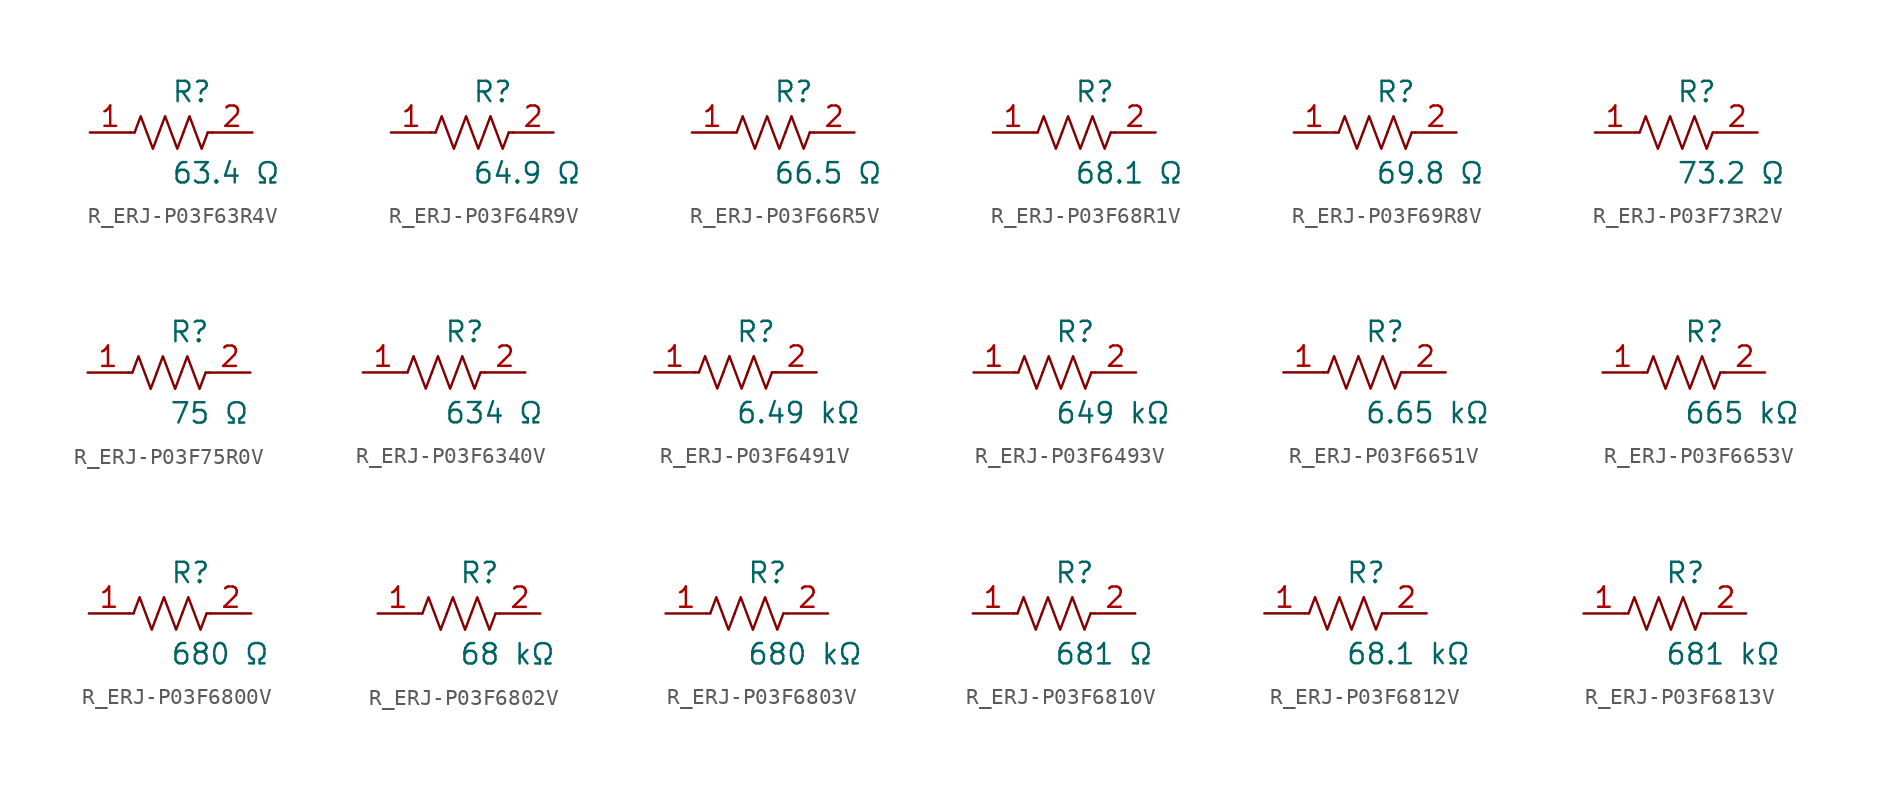
<source format=kicad_sym>
(kicad_symbol_lib
  (version 20231120)
  (generator kicad_symbol_editor)
  (generator_version 8.0)
  (symbol "R_ERJ-P03F63R4V"
    (pin_names
      (offset 0.254))
    (property "Reference" "R"
      (at 0.0 2.54 0)
      (effects (font (size 1.27 1.27)) (justify left)))
    (property "Value" "63.4 Ω"
      (at 0.0 -2.54 0)
      (effects (font (size 1.27 1.27)) (justify left)))
    (symbol "R_ERJ-P03F63R4V_0_1"
      (polyline (pts (xy 2.286 0) (xy 2.54 0)) (stroke (width 0) (type default)) (fill (type none)))
      (polyline (pts (xy -2.286 0) (xy -2.54 0)) (stroke (width 0) (type default)) (fill (type none)))
      (polyline (pts (xy 0.762 0) (xy 1.143 1.016) (xy 1.524 0) (xy 1.905 -1.016) (xy 2.286 0)) (stroke (width 0) (type default)) (fill (type none)))
      (polyline (pts (xy -0.762 0) (xy -0.381 1.016) (xy 0 0) (xy 0.381 -1.016) (xy 0.762 0)) (stroke (width 0) (type default)) (fill (type none)))
      (polyline (pts (xy -2.286 0) (xy -1.905 1.016) (xy -1.524 0) (xy -1.143 -1.016) (xy -0.762 0)) (stroke (width 0) (type default)) (fill (type none))))
    (pin unspecified line
      (at -5.08 0 0)
      (length 2.54)
      (name "" (effects (font (size 1.27 1.27))))
      (number "1" (effects (font (size 1.27 1.27)))))
    (pin unspecified line
      (at 5.08 0 180)
      (length 2.54)
      (name "" (effects (font (size 1.27 1.27))))
      (number "2" (effects (font (size 1.27 1.27))))))
  (symbol "R_ERJ-P03F64R9V"
    (pin_names
      (offset 0.254))
    (property "Reference" "R"
      (at 0.0 2.54 0)
      (effects (font (size 1.27 1.27)) (justify left)))
    (property "Value" "64.9 Ω"
      (at 0.0 -2.54 0)
      (effects (font (size 1.27 1.27)) (justify left)))
    (symbol "R_ERJ-P03F64R9V_0_1"
      (polyline (pts (xy 2.286 0) (xy 2.54 0)) (stroke (width 0) (type default)) (fill (type none)))
      (polyline (pts (xy -2.286 0) (xy -2.54 0)) (stroke (width 0) (type default)) (fill (type none)))
      (polyline (pts (xy 0.762 0) (xy 1.143 1.016) (xy 1.524 0) (xy 1.905 -1.016) (xy 2.286 0)) (stroke (width 0) (type default)) (fill (type none)))
      (polyline (pts (xy -0.762 0) (xy -0.381 1.016) (xy 0 0) (xy 0.381 -1.016) (xy 0.762 0)) (stroke (width 0) (type default)) (fill (type none)))
      (polyline (pts (xy -2.286 0) (xy -1.905 1.016) (xy -1.524 0) (xy -1.143 -1.016) (xy -0.762 0)) (stroke (width 0) (type default)) (fill (type none))))
    (pin unspecified line
      (at -5.08 0 0)
      (length 2.54)
      (name "" (effects (font (size 1.27 1.27))))
      (number "1" (effects (font (size 1.27 1.27)))))
    (pin unspecified line
      (at 5.08 0 180)
      (length 2.54)
      (name "" (effects (font (size 1.27 1.27))))
      (number "2" (effects (font (size 1.27 1.27))))))
  (symbol "R_ERJ-P03F66R5V"
    (pin_names
      (offset 0.254))
    (property "Reference" "R"
      (at 0.0 2.54 0)
      (effects (font (size 1.27 1.27)) (justify left)))
    (property "Value" "66.5 Ω"
      (at 0.0 -2.54 0)
      (effects (font (size 1.27 1.27)) (justify left)))
    (symbol "R_ERJ-P03F66R5V_0_1"
      (polyline (pts (xy 2.286 0) (xy 2.54 0)) (stroke (width 0) (type default)) (fill (type none)))
      (polyline (pts (xy -2.286 0) (xy -2.54 0)) (stroke (width 0) (type default)) (fill (type none)))
      (polyline (pts (xy 0.762 0) (xy 1.143 1.016) (xy 1.524 0) (xy 1.905 -1.016) (xy 2.286 0)) (stroke (width 0) (type default)) (fill (type none)))
      (polyline (pts (xy -0.762 0) (xy -0.381 1.016) (xy 0 0) (xy 0.381 -1.016) (xy 0.762 0)) (stroke (width 0) (type default)) (fill (type none)))
      (polyline (pts (xy -2.286 0) (xy -1.905 1.016) (xy -1.524 0) (xy -1.143 -1.016) (xy -0.762 0)) (stroke (width 0) (type default)) (fill (type none))))
    (pin unspecified line
      (at -5.08 0 0)
      (length 2.54)
      (name "" (effects (font (size 1.27 1.27))))
      (number "1" (effects (font (size 1.27 1.27)))))
    (pin unspecified line
      (at 5.08 0 180)
      (length 2.54)
      (name "" (effects (font (size 1.27 1.27))))
      (number "2" (effects (font (size 1.27 1.27))))))
  (symbol "R_ERJ-P03F68R1V"
    (pin_names
      (offset 0.254))
    (property "Reference" "R"
      (at 0.0 2.54 0)
      (effects (font (size 1.27 1.27)) (justify left)))
    (property "Value" "68.1 Ω"
      (at 0.0 -2.54 0)
      (effects (font (size 1.27 1.27)) (justify left)))
    (symbol "R_ERJ-P03F68R1V_0_1"
      (polyline (pts (xy 2.286 0) (xy 2.54 0)) (stroke (width 0) (type default)) (fill (type none)))
      (polyline (pts (xy -2.286 0) (xy -2.54 0)) (stroke (width 0) (type default)) (fill (type none)))
      (polyline (pts (xy 0.762 0) (xy 1.143 1.016) (xy 1.524 0) (xy 1.905 -1.016) (xy 2.286 0)) (stroke (width 0) (type default)) (fill (type none)))
      (polyline (pts (xy -0.762 0) (xy -0.381 1.016) (xy 0 0) (xy 0.381 -1.016) (xy 0.762 0)) (stroke (width 0) (type default)) (fill (type none)))
      (polyline (pts (xy -2.286 0) (xy -1.905 1.016) (xy -1.524 0) (xy -1.143 -1.016) (xy -0.762 0)) (stroke (width 0) (type default)) (fill (type none))))
    (pin unspecified line
      (at -5.08 0 0)
      (length 2.54)
      (name "" (effects (font (size 1.27 1.27))))
      (number "1" (effects (font (size 1.27 1.27)))))
    (pin unspecified line
      (at 5.08 0 180)
      (length 2.54)
      (name "" (effects (font (size 1.27 1.27))))
      (number "2" (effects (font (size 1.27 1.27))))))
  (symbol "R_ERJ-P03F69R8V"
    (pin_names
      (offset 0.254))
    (property "Reference" "R"
      (at 0.0 2.54 0)
      (effects (font (size 1.27 1.27)) (justify left)))
    (property "Value" "69.8 Ω"
      (at 0.0 -2.54 0)
      (effects (font (size 1.27 1.27)) (justify left)))
    (symbol "R_ERJ-P03F69R8V_0_1"
      (polyline (pts (xy 2.286 0) (xy 2.54 0)) (stroke (width 0) (type default)) (fill (type none)))
      (polyline (pts (xy -2.286 0) (xy -2.54 0)) (stroke (width 0) (type default)) (fill (type none)))
      (polyline (pts (xy 0.762 0) (xy 1.143 1.016) (xy 1.524 0) (xy 1.905 -1.016) (xy 2.286 0)) (stroke (width 0) (type default)) (fill (type none)))
      (polyline (pts (xy -0.762 0) (xy -0.381 1.016) (xy 0 0) (xy 0.381 -1.016) (xy 0.762 0)) (stroke (width 0) (type default)) (fill (type none)))
      (polyline (pts (xy -2.286 0) (xy -1.905 1.016) (xy -1.524 0) (xy -1.143 -1.016) (xy -0.762 0)) (stroke (width 0) (type default)) (fill (type none))))
    (pin unspecified line
      (at -5.08 0 0)
      (length 2.54)
      (name "" (effects (font (size 1.27 1.27))))
      (number "1" (effects (font (size 1.27 1.27)))))
    (pin unspecified line
      (at 5.08 0 180)
      (length 2.54)
      (name "" (effects (font (size 1.27 1.27))))
      (number "2" (effects (font (size 1.27 1.27))))))
  (symbol "R_ERJ-P03F73R2V"
    (pin_names
      (offset 0.254))
    (property "Reference" "R"
      (at 0.0 2.54 0)
      (effects (font (size 1.27 1.27)) (justify left)))
    (property "Value" "73.2 Ω"
      (at 0.0 -2.54 0)
      (effects (font (size 1.27 1.27)) (justify left)))
    (symbol "R_ERJ-P03F73R2V_0_1"
      (polyline (pts (xy 2.286 0) (xy 2.54 0)) (stroke (width 0) (type default)) (fill (type none)))
      (polyline (pts (xy -2.286 0) (xy -2.54 0)) (stroke (width 0) (type default)) (fill (type none)))
      (polyline (pts (xy 0.762 0) (xy 1.143 1.016) (xy 1.524 0) (xy 1.905 -1.016) (xy 2.286 0)) (stroke (width 0) (type default)) (fill (type none)))
      (polyline (pts (xy -0.762 0) (xy -0.381 1.016) (xy 0 0) (xy 0.381 -1.016) (xy 0.762 0)) (stroke (width 0) (type default)) (fill (type none)))
      (polyline (pts (xy -2.286 0) (xy -1.905 1.016) (xy -1.524 0) (xy -1.143 -1.016) (xy -0.762 0)) (stroke (width 0) (type default)) (fill (type none))))
    (pin unspecified line
      (at -5.08 0 0)
      (length 2.54)
      (name "" (effects (font (size 1.27 1.27))))
      (number "1" (effects (font (size 1.27 1.27)))))
    (pin unspecified line
      (at 5.08 0 180)
      (length 2.54)
      (name "" (effects (font (size 1.27 1.27))))
      (number "2" (effects (font (size 1.27 1.27))))))
  (symbol "R_ERJ-P03F75R0V"
    (pin_names
      (offset 0.254))
    (property "Reference" "R"
      (at 0.0 2.54 0)
      (effects (font (size 1.27 1.27)) (justify left)))
    (property "Value" "75 Ω"
      (at 0.0 -2.54 0)
      (effects (font (size 1.27 1.27)) (justify left)))
    (symbol "R_ERJ-P03F75R0V_0_1"
      (polyline (pts (xy 2.286 0) (xy 2.54 0)) (stroke (width 0) (type default)) (fill (type none)))
      (polyline (pts (xy -2.286 0) (xy -2.54 0)) (stroke (width 0) (type default)) (fill (type none)))
      (polyline (pts (xy 0.762 0) (xy 1.143 1.016) (xy 1.524 0) (xy 1.905 -1.016) (xy 2.286 0)) (stroke (width 0) (type default)) (fill (type none)))
      (polyline (pts (xy -0.762 0) (xy -0.381 1.016) (xy 0 0) (xy 0.381 -1.016) (xy 0.762 0)) (stroke (width 0) (type default)) (fill (type none)))
      (polyline (pts (xy -2.286 0) (xy -1.905 1.016) (xy -1.524 0) (xy -1.143 -1.016) (xy -0.762 0)) (stroke (width 0) (type default)) (fill (type none))))
    (pin unspecified line
      (at -5.08 0 0)
      (length 2.54)
      (name "" (effects (font (size 1.27 1.27))))
      (number "1" (effects (font (size 1.27 1.27)))))
    (pin unspecified line
      (at 5.08 0 180)
      (length 2.54)
      (name "" (effects (font (size 1.27 1.27))))
      (number "2" (effects (font (size 1.27 1.27))))))
  (symbol "R_ERJ-P03F6340V"
    (pin_names
      (offset 0.254))
    (property "Reference" "R"
      (at 0.0 2.54 0)
      (effects (font (size 1.27 1.27)) (justify left)))
    (property "Value" "634 Ω"
      (at 0.0 -2.54 0)
      (effects (font (size 1.27 1.27)) (justify left)))
    (symbol "R_ERJ-P03F6340V_0_1"
      (polyline (pts (xy 2.286 0) (xy 2.54 0)) (stroke (width 0) (type default)) (fill (type none)))
      (polyline (pts (xy -2.286 0) (xy -2.54 0)) (stroke (width 0) (type default)) (fill (type none)))
      (polyline (pts (xy 0.762 0) (xy 1.143 1.016) (xy 1.524 0) (xy 1.905 -1.016) (xy 2.286 0)) (stroke (width 0) (type default)) (fill (type none)))
      (polyline (pts (xy -0.762 0) (xy -0.381 1.016) (xy 0 0) (xy 0.381 -1.016) (xy 0.762 0)) (stroke (width 0) (type default)) (fill (type none)))
      (polyline (pts (xy -2.286 0) (xy -1.905 1.016) (xy -1.524 0) (xy -1.143 -1.016) (xy -0.762 0)) (stroke (width 0) (type default)) (fill (type none))))
    (pin unspecified line
      (at -5.08 0 0)
      (length 2.54)
      (name "" (effects (font (size 1.27 1.27))))
      (number "1" (effects (font (size 1.27 1.27)))))
    (pin unspecified line
      (at 5.08 0 180)
      (length 2.54)
      (name "" (effects (font (size 1.27 1.27))))
      (number "2" (effects (font (size 1.27 1.27))))))
  (symbol "R_ERJ-P03F6491V"
    (pin_names
      (offset 0.254))
    (property "Reference" "R"
      (at 0.0 2.54 0)
      (effects (font (size 1.27 1.27)) (justify left)))
    (property "Value" "6.49 kΩ"
      (at 0.0 -2.54 0)
      (effects (font (size 1.27 1.27)) (justify left)))
    (symbol "R_ERJ-P03F6491V_0_1"
      (polyline (pts (xy 2.286 0) (xy 2.54 0)) (stroke (width 0) (type default)) (fill (type none)))
      (polyline (pts (xy -2.286 0) (xy -2.54 0)) (stroke (width 0) (type default)) (fill (type none)))
      (polyline (pts (xy 0.762 0) (xy 1.143 1.016) (xy 1.524 0) (xy 1.905 -1.016) (xy 2.286 0)) (stroke (width 0) (type default)) (fill (type none)))
      (polyline (pts (xy -0.762 0) (xy -0.381 1.016) (xy 0 0) (xy 0.381 -1.016) (xy 0.762 0)) (stroke (width 0) (type default)) (fill (type none)))
      (polyline (pts (xy -2.286 0) (xy -1.905 1.016) (xy -1.524 0) (xy -1.143 -1.016) (xy -0.762 0)) (stroke (width 0) (type default)) (fill (type none))))
    (pin unspecified line
      (at -5.08 0 0)
      (length 2.54)
      (name "" (effects (font (size 1.27 1.27))))
      (number "1" (effects (font (size 1.27 1.27)))))
    (pin unspecified line
      (at 5.08 0 180)
      (length 2.54)
      (name "" (effects (font (size 1.27 1.27))))
      (number "2" (effects (font (size 1.27 1.27))))))
  (symbol "R_ERJ-P03F6493V"
    (pin_names
      (offset 0.254))
    (property "Reference" "R"
      (at 0.0 2.54 0)
      (effects (font (size 1.27 1.27)) (justify left)))
    (property "Value" "649 kΩ"
      (at 0.0 -2.54 0)
      (effects (font (size 1.27 1.27)) (justify left)))
    (symbol "R_ERJ-P03F6493V_0_1"
      (polyline (pts (xy 2.286 0) (xy 2.54 0)) (stroke (width 0) (type default)) (fill (type none)))
      (polyline (pts (xy -2.286 0) (xy -2.54 0)) (stroke (width 0) (type default)) (fill (type none)))
      (polyline (pts (xy 0.762 0) (xy 1.143 1.016) (xy 1.524 0) (xy 1.905 -1.016) (xy 2.286 0)) (stroke (width 0) (type default)) (fill (type none)))
      (polyline (pts (xy -0.762 0) (xy -0.381 1.016) (xy 0 0) (xy 0.381 -1.016) (xy 0.762 0)) (stroke (width 0) (type default)) (fill (type none)))
      (polyline (pts (xy -2.286 0) (xy -1.905 1.016) (xy -1.524 0) (xy -1.143 -1.016) (xy -0.762 0)) (stroke (width 0) (type default)) (fill (type none))))
    (pin unspecified line
      (at -5.08 0 0)
      (length 2.54)
      (name "" (effects (font (size 1.27 1.27))))
      (number "1" (effects (font (size 1.27 1.27)))))
    (pin unspecified line
      (at 5.08 0 180)
      (length 2.54)
      (name "" (effects (font (size 1.27 1.27))))
      (number "2" (effects (font (size 1.27 1.27))))))
  (symbol "R_ERJ-P03F6651V"
    (pin_names
      (offset 0.254))
    (property "Reference" "R"
      (at 0.0 2.54 0)
      (effects (font (size 1.27 1.27)) (justify left)))
    (property "Value" "6.65 kΩ"
      (at 0.0 -2.54 0)
      (effects (font (size 1.27 1.27)) (justify left)))
    (symbol "R_ERJ-P03F6651V_0_1"
      (polyline (pts (xy 2.286 0) (xy 2.54 0)) (stroke (width 0) (type default)) (fill (type none)))
      (polyline (pts (xy -2.286 0) (xy -2.54 0)) (stroke (width 0) (type default)) (fill (type none)))
      (polyline (pts (xy 0.762 0) (xy 1.143 1.016) (xy 1.524 0) (xy 1.905 -1.016) (xy 2.286 0)) (stroke (width 0) (type default)) (fill (type none)))
      (polyline (pts (xy -0.762 0) (xy -0.381 1.016) (xy 0 0) (xy 0.381 -1.016) (xy 0.762 0)) (stroke (width 0) (type default)) (fill (type none)))
      (polyline (pts (xy -2.286 0) (xy -1.905 1.016) (xy -1.524 0) (xy -1.143 -1.016) (xy -0.762 0)) (stroke (width 0) (type default)) (fill (type none))))
    (pin unspecified line
      (at -5.08 0 0)
      (length 2.54)
      (name "" (effects (font (size 1.27 1.27))))
      (number "1" (effects (font (size 1.27 1.27)))))
    (pin unspecified line
      (at 5.08 0 180)
      (length 2.54)
      (name "" (effects (font (size 1.27 1.27))))
      (number "2" (effects (font (size 1.27 1.27))))))
  (symbol "R_ERJ-P03F6653V"
    (pin_names
      (offset 0.254))
    (property "Reference" "R"
      (at 0.0 2.54 0)
      (effects (font (size 1.27 1.27)) (justify left)))
    (property "Value" "665 kΩ"
      (at 0.0 -2.54 0)
      (effects (font (size 1.27 1.27)) (justify left)))
    (symbol "R_ERJ-P03F6653V_0_1"
      (polyline (pts (xy 2.286 0) (xy 2.54 0)) (stroke (width 0) (type default)) (fill (type none)))
      (polyline (pts (xy -2.286 0) (xy -2.54 0)) (stroke (width 0) (type default)) (fill (type none)))
      (polyline (pts (xy 0.762 0) (xy 1.143 1.016) (xy 1.524 0) (xy 1.905 -1.016) (xy 2.286 0)) (stroke (width 0) (type default)) (fill (type none)))
      (polyline (pts (xy -0.762 0) (xy -0.381 1.016) (xy 0 0) (xy 0.381 -1.016) (xy 0.762 0)) (stroke (width 0) (type default)) (fill (type none)))
      (polyline (pts (xy -2.286 0) (xy -1.905 1.016) (xy -1.524 0) (xy -1.143 -1.016) (xy -0.762 0)) (stroke (width 0) (type default)) (fill (type none))))
    (pin unspecified line
      (at -5.08 0 0)
      (length 2.54)
      (name "" (effects (font (size 1.27 1.27))))
      (number "1" (effects (font (size 1.27 1.27)))))
    (pin unspecified line
      (at 5.08 0 180)
      (length 2.54)
      (name "" (effects (font (size 1.27 1.27))))
      (number "2" (effects (font (size 1.27 1.27))))))
  (symbol "R_ERJ-P03F6800V"
    (pin_names
      (offset 0.254))
    (property "Reference" "R"
      (at 0.0 2.54 0)
      (effects (font (size 1.27 1.27)) (justify left)))
    (property "Value" "680 Ω"
      (at 0.0 -2.54 0)
      (effects (font (size 1.27 1.27)) (justify left)))
    (symbol "R_ERJ-P03F6800V_0_1"
      (polyline (pts (xy 2.286 0) (xy 2.54 0)) (stroke (width 0) (type default)) (fill (type none)))
      (polyline (pts (xy -2.286 0) (xy -2.54 0)) (stroke (width 0) (type default)) (fill (type none)))
      (polyline (pts (xy 0.762 0) (xy 1.143 1.016) (xy 1.524 0) (xy 1.905 -1.016) (xy 2.286 0)) (stroke (width 0) (type default)) (fill (type none)))
      (polyline (pts (xy -0.762 0) (xy -0.381 1.016) (xy 0 0) (xy 0.381 -1.016) (xy 0.762 0)) (stroke (width 0) (type default)) (fill (type none)))
      (polyline (pts (xy -2.286 0) (xy -1.905 1.016) (xy -1.524 0) (xy -1.143 -1.016) (xy -0.762 0)) (stroke (width 0) (type default)) (fill (type none))))
    (pin unspecified line
      (at -5.08 0 0)
      (length 2.54)
      (name "" (effects (font (size 1.27 1.27))))
      (number "1" (effects (font (size 1.27 1.27)))))
    (pin unspecified line
      (at 5.08 0 180)
      (length 2.54)
      (name "" (effects (font (size 1.27 1.27))))
      (number "2" (effects (font (size 1.27 1.27))))))
  (symbol "R_ERJ-P03F6802V"
    (pin_names
      (offset 0.254))
    (property "Reference" "R"
      (at 0.0 2.54 0)
      (effects (font (size 1.27 1.27)) (justify left)))
    (property "Value" "68 kΩ"
      (at 0.0 -2.54 0)
      (effects (font (size 1.27 1.27)) (justify left)))
    (symbol "R_ERJ-P03F6802V_0_1"
      (polyline (pts (xy 2.286 0) (xy 2.54 0)) (stroke (width 0) (type default)) (fill (type none)))
      (polyline (pts (xy -2.286 0) (xy -2.54 0)) (stroke (width 0) (type default)) (fill (type none)))
      (polyline (pts (xy 0.762 0) (xy 1.143 1.016) (xy 1.524 0) (xy 1.905 -1.016) (xy 2.286 0)) (stroke (width 0) (type default)) (fill (type none)))
      (polyline (pts (xy -0.762 0) (xy -0.381 1.016) (xy 0 0) (xy 0.381 -1.016) (xy 0.762 0)) (stroke (width 0) (type default)) (fill (type none)))
      (polyline (pts (xy -2.286 0) (xy -1.905 1.016) (xy -1.524 0) (xy -1.143 -1.016) (xy -0.762 0)) (stroke (width 0) (type default)) (fill (type none))))
    (pin unspecified line
      (at -5.08 0 0)
      (length 2.54)
      (name "" (effects (font (size 1.27 1.27))))
      (number "1" (effects (font (size 1.27 1.27)))))
    (pin unspecified line
      (at 5.08 0 180)
      (length 2.54)
      (name "" (effects (font (size 1.27 1.27))))
      (number "2" (effects (font (size 1.27 1.27))))))
  (symbol "R_ERJ-P03F6803V"
    (pin_names
      (offset 0.254))
    (property "Reference" "R"
      (at 0.0 2.54 0)
      (effects (font (size 1.27 1.27)) (justify left)))
    (property "Value" "680 kΩ"
      (at 0.0 -2.54 0)
      (effects (font (size 1.27 1.27)) (justify left)))
    (symbol "R_ERJ-P03F6803V_0_1"
      (polyline (pts (xy 2.286 0) (xy 2.54 0)) (stroke (width 0) (type default)) (fill (type none)))
      (polyline (pts (xy -2.286 0) (xy -2.54 0)) (stroke (width 0) (type default)) (fill (type none)))
      (polyline (pts (xy 0.762 0) (xy 1.143 1.016) (xy 1.524 0) (xy 1.905 -1.016) (xy 2.286 0)) (stroke (width 0) (type default)) (fill (type none)))
      (polyline (pts (xy -0.762 0) (xy -0.381 1.016) (xy 0 0) (xy 0.381 -1.016) (xy 0.762 0)) (stroke (width 0) (type default)) (fill (type none)))
      (polyline (pts (xy -2.286 0) (xy -1.905 1.016) (xy -1.524 0) (xy -1.143 -1.016) (xy -0.762 0)) (stroke (width 0) (type default)) (fill (type none))))
    (pin unspecified line
      (at -5.08 0 0)
      (length 2.54)
      (name "" (effects (font (size 1.27 1.27))))
      (number "1" (effects (font (size 1.27 1.27)))))
    (pin unspecified line
      (at 5.08 0 180)
      (length 2.54)
      (name "" (effects (font (size 1.27 1.27))))
      (number "2" (effects (font (size 1.27 1.27))))))
  (symbol "R_ERJ-P03F6810V"
    (pin_names
      (offset 0.254))
    (property "Reference" "R"
      (at 0.0 2.54 0)
      (effects (font (size 1.27 1.27)) (justify left)))
    (property "Value" "681 Ω"
      (at 0.0 -2.54 0)
      (effects (font (size 1.27 1.27)) (justify left)))
    (symbol "R_ERJ-P03F6810V_0_1"
      (polyline (pts (xy 2.286 0) (xy 2.54 0)) (stroke (width 0) (type default)) (fill (type none)))
      (polyline (pts (xy -2.286 0) (xy -2.54 0)) (stroke (width 0) (type default)) (fill (type none)))
      (polyline (pts (xy 0.762 0) (xy 1.143 1.016) (xy 1.524 0) (xy 1.905 -1.016) (xy 2.286 0)) (stroke (width 0) (type default)) (fill (type none)))
      (polyline (pts (xy -0.762 0) (xy -0.381 1.016) (xy 0 0) (xy 0.381 -1.016) (xy 0.762 0)) (stroke (width 0) (type default)) (fill (type none)))
      (polyline (pts (xy -2.286 0) (xy -1.905 1.016) (xy -1.524 0) (xy -1.143 -1.016) (xy -0.762 0)) (stroke (width 0) (type default)) (fill (type none))))
    (pin unspecified line
      (at -5.08 0 0)
      (length 2.54)
      (name "" (effects (font (size 1.27 1.27))))
      (number "1" (effects (font (size 1.27 1.27)))))
    (pin unspecified line
      (at 5.08 0 180)
      (length 2.54)
      (name "" (effects (font (size 1.27 1.27))))
      (number "2" (effects (font (size 1.27 1.27))))))
  (symbol "R_ERJ-P03F6812V"
    (pin_names
      (offset 0.254))
    (property "Reference" "R"
      (at 0.0 2.54 0)
      (effects (font (size 1.27 1.27)) (justify left)))
    (property "Value" "68.1 kΩ"
      (at 0.0 -2.54 0)
      (effects (font (size 1.27 1.27)) (justify left)))
    (symbol "R_ERJ-P03F6812V_0_1"
      (polyline (pts (xy 2.286 0) (xy 2.54 0)) (stroke (width 0) (type default)) (fill (type none)))
      (polyline (pts (xy -2.286 0) (xy -2.54 0)) (stroke (width 0) (type default)) (fill (type none)))
      (polyline (pts (xy 0.762 0) (xy 1.143 1.016) (xy 1.524 0) (xy 1.905 -1.016) (xy 2.286 0)) (stroke (width 0) (type default)) (fill (type none)))
      (polyline (pts (xy -0.762 0) (xy -0.381 1.016) (xy 0 0) (xy 0.381 -1.016) (xy 0.762 0)) (stroke (width 0) (type default)) (fill (type none)))
      (polyline (pts (xy -2.286 0) (xy -1.905 1.016) (xy -1.524 0) (xy -1.143 -1.016) (xy -0.762 0)) (stroke (width 0) (type default)) (fill (type none))))
    (pin unspecified line
      (at -5.08 0 0)
      (length 2.54)
      (name "" (effects (font (size 1.27 1.27))))
      (number "1" (effects (font (size 1.27 1.27)))))
    (pin unspecified line
      (at 5.08 0 180)
      (length 2.54)
      (name "" (effects (font (size 1.27 1.27))))
      (number "2" (effects (font (size 1.27 1.27))))))
  (symbol "R_ERJ-P03F6813V"
    (pin_names
      (offset 0.254))
    (property "Reference" "R"
      (at 0.0 2.54 0)
      (effects (font (size 1.27 1.27)) (justify left)))
    (property "Value" "681 kΩ"
      (at 0.0 -2.54 0)
      (effects (font (size 1.27 1.27)) (justify left)))
    (symbol "R_ERJ-P03F6813V_0_1"
      (polyline (pts (xy 2.286 0) (xy 2.54 0)) (stroke (width 0) (type default)) (fill (type none)))
      (polyline (pts (xy -2.286 0) (xy -2.54 0)) (stroke (width 0) (type default)) (fill (type none)))
      (polyline (pts (xy 0.762 0) (xy 1.143 1.016) (xy 1.524 0) (xy 1.905 -1.016) (xy 2.286 0)) (stroke (width 0) (type default)) (fill (type none)))
      (polyline (pts (xy -0.762 0) (xy -0.381 1.016) (xy 0 0) (xy 0.381 -1.016) (xy 0.762 0)) (stroke (width 0) (type default)) (fill (type none)))
      (polyline (pts (xy -2.286 0) (xy -1.905 1.016) (xy -1.524 0) (xy -1.143 -1.016) (xy -0.762 0)) (stroke (width 0) (type default)) (fill (type none))))
    (pin unspecified line
      (at -5.08 0 0)
      (length 2.54)
      (name "" (effects (font (size 1.27 1.27))))
      (number "1" (effects (font (size 1.27 1.27)))))
    (pin unspecified line
      (at 5.08 0 180)
      (length 2.54)
      (name "" (effects (font (size 1.27 1.27))))
      (number "2" (effects (font (size 1.27 1.27)))))))
</source>
